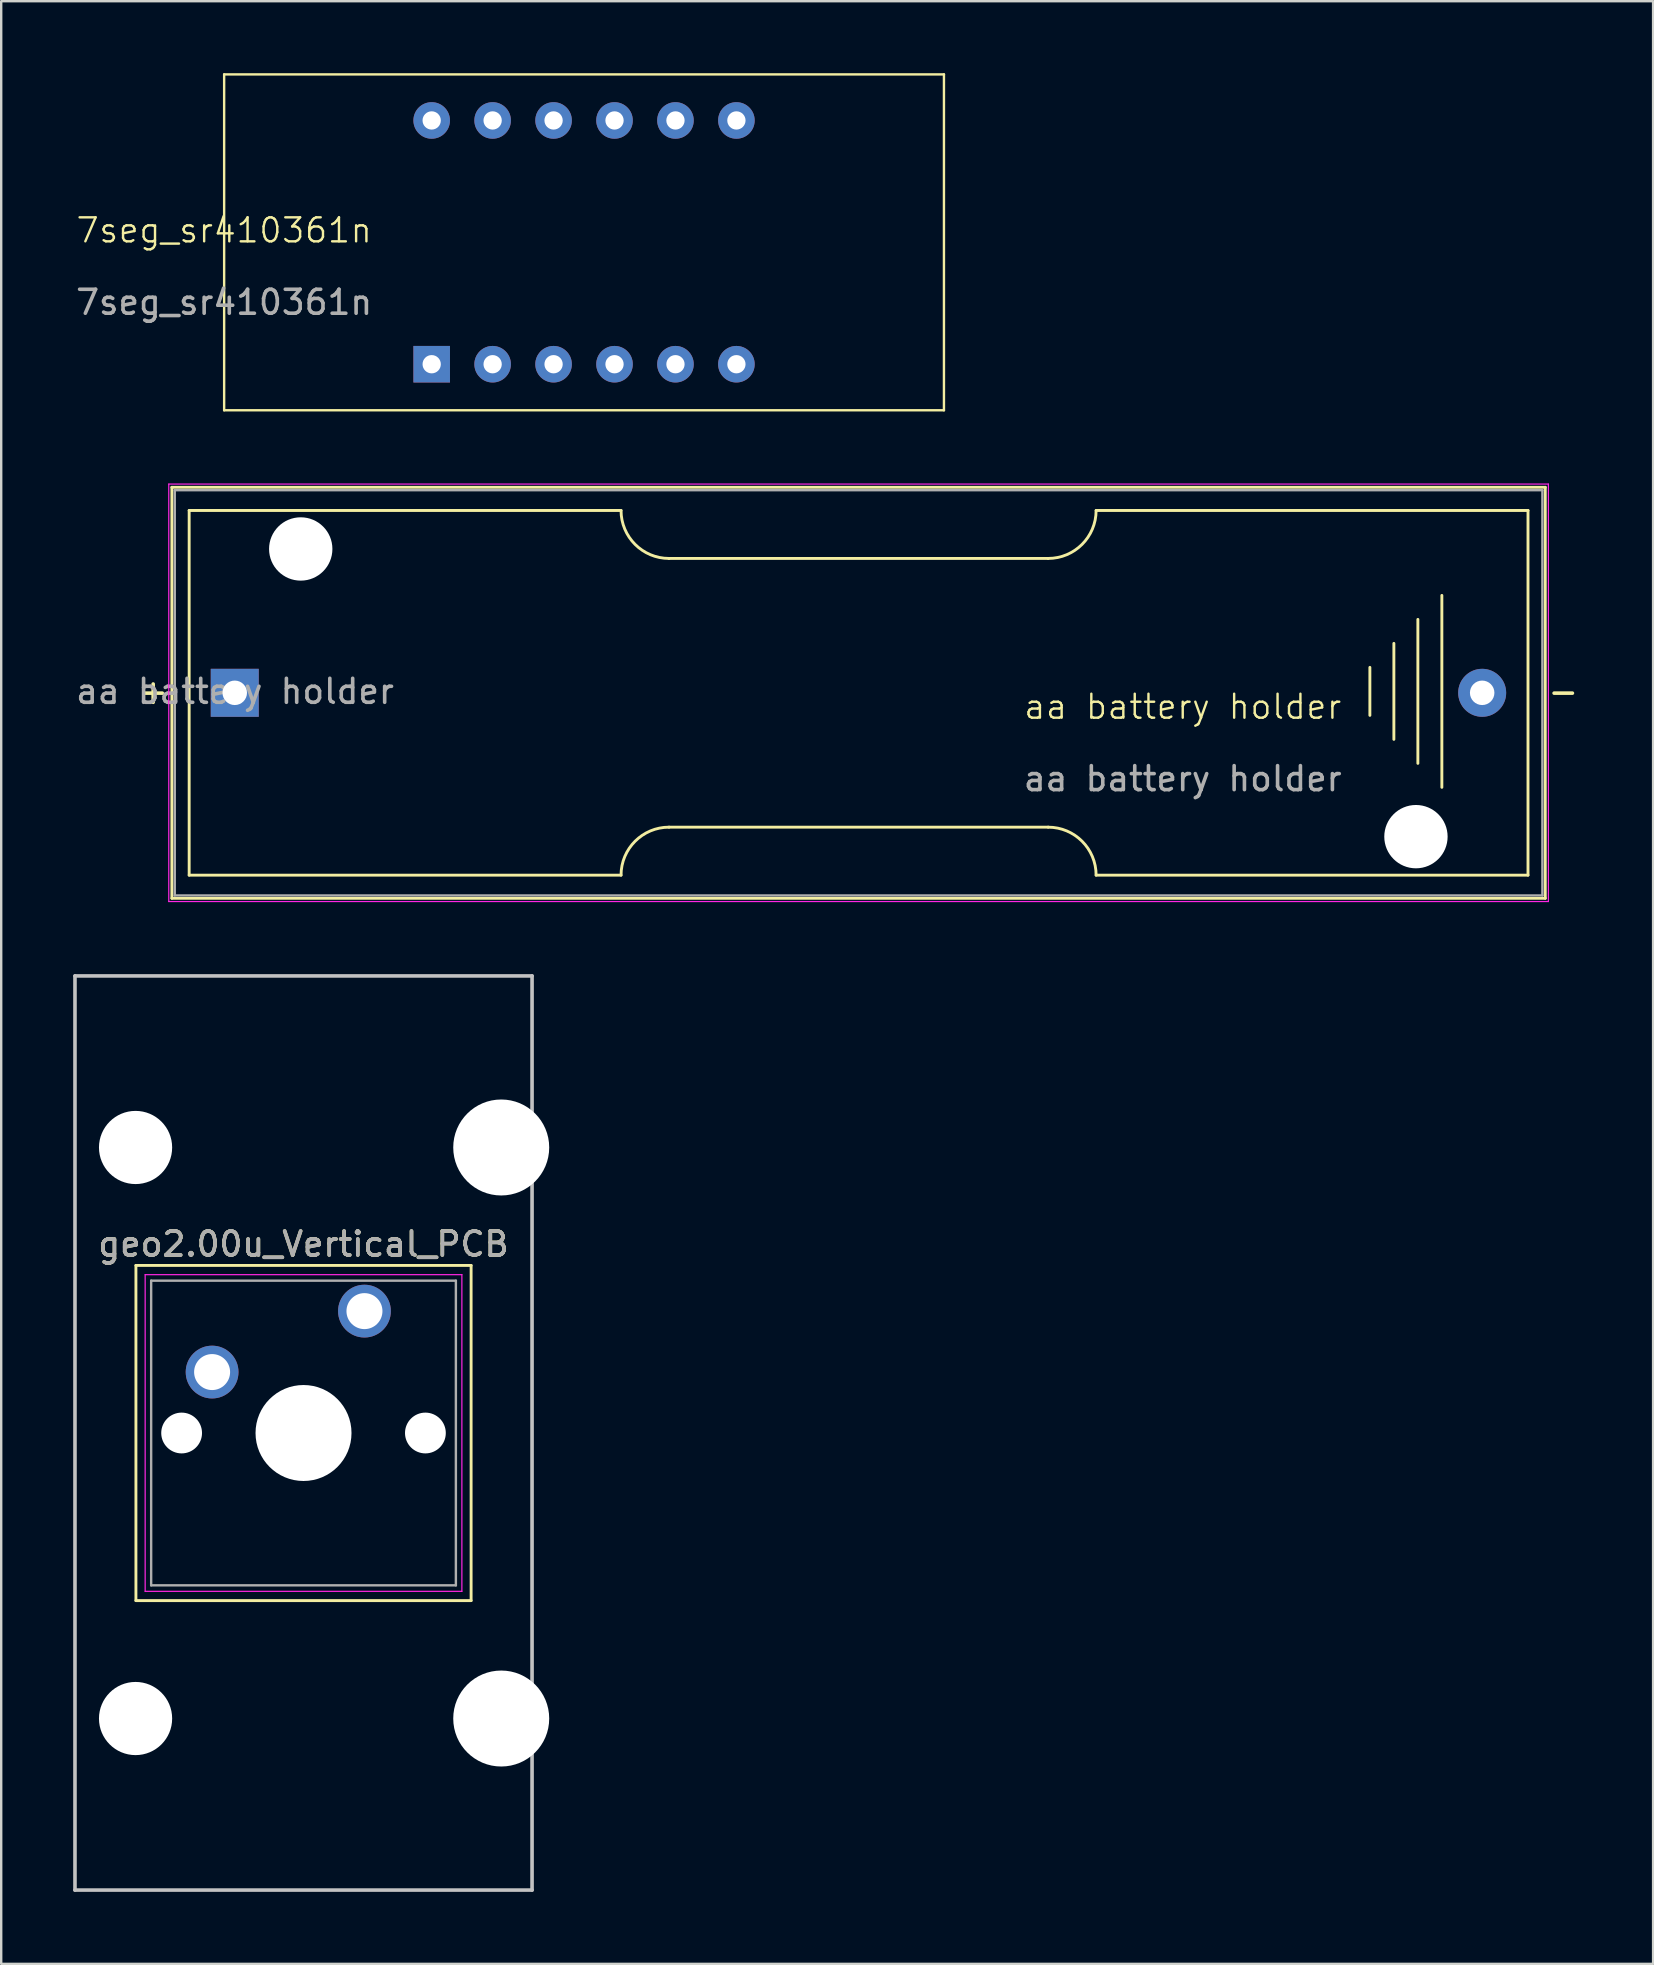
<source format=kicad_pcb>
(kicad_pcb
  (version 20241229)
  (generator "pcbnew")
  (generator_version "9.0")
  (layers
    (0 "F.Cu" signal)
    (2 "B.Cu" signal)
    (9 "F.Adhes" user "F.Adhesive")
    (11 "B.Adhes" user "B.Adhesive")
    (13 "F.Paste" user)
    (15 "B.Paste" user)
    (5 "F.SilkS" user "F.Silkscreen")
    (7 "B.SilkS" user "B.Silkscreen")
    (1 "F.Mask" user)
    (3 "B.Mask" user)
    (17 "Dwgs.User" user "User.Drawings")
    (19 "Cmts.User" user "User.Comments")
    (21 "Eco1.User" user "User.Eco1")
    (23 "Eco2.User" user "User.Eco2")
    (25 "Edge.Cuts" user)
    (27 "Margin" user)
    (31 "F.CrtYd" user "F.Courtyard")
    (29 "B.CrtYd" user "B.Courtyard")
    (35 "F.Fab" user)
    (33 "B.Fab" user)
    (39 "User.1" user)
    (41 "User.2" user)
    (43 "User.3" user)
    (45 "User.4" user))
  (footprint "aa battery holder"
    (layer "F.Cu")
    (at 46.244 26.905)
    (property "Reference" "aa battery holder" (at 0 -0.5 0) (unlocked yes) (layer "F.SilkS") (effects (font (size 1 1) (thickness 0.1))))
    (attr through_hole)
    (fp_line (start -42.13 -9.645) (end 15.11 -9.645) (stroke (width 0.12) (type solid)) (layer "F.SilkS"))
    (fp_line (start -42.13 7.485) (end -42.13 -9.645) (stroke (width 0.12) (type solid)) (layer "F.SilkS"))
    (fp_line (start -41.41 -8.68) (end -41.41 6.52) (stroke (width 0.12) (type solid)) (layer "F.SilkS"))
    (fp_line (start -41.41 -8.68) (end -23.41 -8.68) (stroke (width 0.12) (type solid)) (layer "F.SilkS"))
    (fp_line (start -41.41 6.52) (end -23.41 6.52) (stroke (width 0.12) (type solid)) (layer "F.SilkS"))
    (fp_line (start -21.41 -6.68) (end -5.61 -6.68) (stroke (width 0.12) (type solid)) (layer "F.SilkS"))
    (fp_line (start -5.61 4.52) (end -21.41 4.52) (stroke (width 0.12) (type solid)) (layer "F.SilkS"))
    (fp_line (start -3.61 -8.68) (end 14.39 -8.68) (stroke (width 0.12) (type solid)) (layer "F.SilkS"))
    (fp_line (start -3.61 6.52) (end 14.39 6.52) (stroke (width 0.12) (type solid)) (layer "F.SilkS"))
    (fp_line (start 7.8 -2.14) (end 7.8 -0.14) (stroke (width 0.12) (type solid)) (layer "F.SilkS"))
    (fp_line (start 8.8 -3.14) (end 8.8 0.86) (stroke (width 0.12) (type solid)) (layer "F.SilkS"))
    (fp_line (start 9.8 1.86) (end 9.8 -4.14) (stroke (width 0.12) (type solid)) (layer "F.SilkS"))
    (fp_line (start 10.8 -5.14) (end 10.8 2.86) (stroke (width 0.12) (type solid)) (layer "F.SilkS"))
    (fp_line (start 14.39 -8.68) (end 14.39 6.52) (stroke (width 0.12) (type solid)) (layer "F.SilkS"))
    (fp_line (start 15.11 -9.645) (end 15.11 7.485) (stroke (width 0.12) (type solid)) (layer "F.SilkS"))
    (fp_line (start 15.11 7.485) (end -42.13 7.485) (stroke (width 0.12) (type solid)) (layer "F.SilkS"))
    (fp_arc (start -23.41 6.52) (mid -22.824214 5.105786) (end -21.41 4.52) (stroke (width 0.12) (type solid)) (layer "F.SilkS"))
    (fp_arc (start -21.41 -6.68) (mid -22.824214 -7.265786) (end -23.41 -8.68) (stroke (width 0.12) (type solid)) (layer "F.SilkS"))
    (fp_arc (start -5.61 4.52) (mid -4.195786 5.105786) (end -3.61 6.52) (stroke (width 0.12) (type solid)) (layer "F.SilkS"))
    (fp_arc (start -3.61 -8.68) (mid -4.195786 -7.265786) (end -5.61 -6.68) (stroke (width 0.12) (type solid)) (layer "F.SilkS"))
    (fp_line (start -42.26 -9.78) (end 15.24 -9.78) (stroke (width 0.05) (type solid)) (layer "F.CrtYd"))
    (fp_line (start -42.26 7.62) (end -42.26 -9.78) (stroke (width 0.05) (type solid)) (layer "F.CrtYd"))
    (fp_line (start 15.24 -9.78) (end 15.24 7.62) (stroke (width 0.05) (type solid)) (layer "F.CrtYd"))
    (fp_line (start 15.24 7.62) (end -42.26 7.62) (stroke (width 0.05) (type solid)) (layer "F.CrtYd"))
    (fp_line (start -42.01 -9.525) (end -42.01 7.365) (stroke (width 0.1) (type solid)) (layer "F.Fab"))
    (fp_line (start -42.01 7.365) (end 14.99 7.365) (stroke (width 0.1) (type solid)) (layer "F.Fab"))
    (fp_line (start 14.99 -9.525) (end -42.01 -9.525) (stroke (width 0.1) (type solid)) (layer "F.Fab"))
    (fp_line (start 14.99 7.365) (end 14.99 -9.525) (stroke (width 0.1) (type solid)) (layer "F.Fab"))
    (fp_text user "-" (at 15.86 -1.14 0) (layer "F.SilkS") (effects (font (size 1 1) (thickness 0.15))))
    (fp_text user "+" (at -42.91 -1.14 0) (layer "F.SilkS") (effects (font (size 1 1) (thickness 0.15))))
    (fp_text user "${REFERENCE}" (at 0 2.5 0) (unlocked yes) (layer "F.Fab") (effects (font (size 1 1) (thickness 0.15))))
    (fp_text user "${REFERENCE}" (at -39.5 -1.14 0) (layer "F.Fab") (effects (font (size 1 1) (thickness 0.15))))
    (pad "" np_thru_hole circle (at -36.76 -7.075 90) (size 2.64 2.64) (drill 2.64) (layers "*.Cu" "*.Mask"))
    (pad "" np_thru_hole circle (at 9.72 4.915) (size 2.64 2.64) (drill 2.64) (layers "*.Cu" "*.Mask"))
    (pad "1" thru_hole rect (at -39.51 -1.08 180) (size 2 2) (drill 1.02) (layers "*.Cu" "*.Mask"))
    (pad "2" thru_hole circle (at 12.48 -1.08 180) (size 2 2) (drill 1.02) (layers "*.Cu" "*.Mask")))
  (footprint "geo2.00u_Vertical_PCB"
    (layer "F.Cu")
    (at 12.14 51.595)
    (property "Reference" "geo2.00u_Vertical_PCB" (at -2.54 -2.794 0) (layer "F.SilkS") (effects (font (size 1 1) (thickness 0.15))))
    (attr through_hole)
    (fp_line (start -9.525 -1.905) (end 4.445 -1.905) (stroke (width 0.12) (type solid)) (layer "F.SilkS"))
    (fp_line (start -9.525 12.065) (end -9.525 -1.905) (stroke (width 0.12) (type solid)) (layer "F.SilkS"))
    (fp_line (start 4.445 -1.905) (end 4.445 12.065) (stroke (width 0.12) (type solid)) (layer "F.SilkS"))
    (fp_line (start 4.445 12.065) (end -9.525 12.065) (stroke (width 0.12) (type solid)) (layer "F.SilkS"))
    (fp_line (start -12.065 -13.97) (end 6.985 -13.97) (stroke (width 0.15) (type solid)) (layer "Dwgs.User"))
    (fp_line (start -12.065 24.13) (end -12.065 -13.97) (stroke (width 0.15) (type solid)) (layer "Dwgs.User"))
    (fp_line (start 6.985 -13.97) (end 6.985 24.13) (stroke (width 0.15) (type solid)) (layer "Dwgs.User"))
    (fp_line (start 6.985 24.13) (end -12.065 24.13) (stroke (width 0.15) (type solid)) (layer "Dwgs.User"))
    (fp_line (start -9.14 -1.52) (end 4.06 -1.52) (stroke (width 0.05) (type solid)) (layer "F.CrtYd"))
    (fp_line (start -9.14 11.68) (end -9.14 -1.52) (stroke (width 0.05) (type solid)) (layer "F.CrtYd"))
    (fp_line (start 4.06 -1.52) (end 4.06 11.68) (stroke (width 0.05) (type solid)) (layer "F.CrtYd"))
    (fp_line (start 4.06 11.68) (end -9.14 11.68) (stroke (width 0.05) (type solid)) (layer "F.CrtYd"))
    (fp_line (start -8.89 -1.27) (end 3.81 -1.27) (stroke (width 0.1) (type solid)) (layer "F.Fab"))
    (fp_line (start -8.89 11.43) (end -8.89 -1.27) (stroke (width 0.1) (type solid)) (layer "F.Fab"))
    (fp_line (start 3.81 -1.27) (end 3.81 11.43) (stroke (width 0.1) (type solid)) (layer "F.Fab"))
    (fp_line (start 3.81 11.43) (end -8.89 11.43) (stroke (width 0.1) (type solid)) (layer "F.Fab"))
    (fp_text user "${REFERENCE}" (at -2.54 -2.794 0) (layer "F.Fab") (effects (font (size 1 1) (thickness 0.15))))
    (pad "" np_thru_hole circle (at -9.54 -6.82) (size 3.05 3.05) (drill 3.05) (layers "*.Cu" "*.Mask"))
    (pad "" np_thru_hole circle (at -9.54 16.98) (size 3.05 3.05) (drill 3.05) (layers "*.Cu" "*.Mask"))
    (pad "" np_thru_hole circle (at -7.62 5.08) (size 1.7 1.7) (drill 1.7) (layers "*.Cu" "*.Mask"))
    (pad "" np_thru_hole circle (at -2.54 5.08) (size 4 4) (drill 4) (layers "*.Cu" "*.Mask"))
    (pad "" np_thru_hole circle (at 2.54 5.08) (size 1.7 1.7) (drill 1.7) (layers "*.Cu" "*.Mask"))
    (pad "" np_thru_hole circle (at 5.7 -6.82) (size 4 4) (drill 4) (layers "*.Cu" "*.Mask"))
    (pad "" np_thru_hole circle (at 5.7 16.98) (size 4 4) (drill 4) (layers "*.Cu" "*.Mask"))
    (pad "1" thru_hole circle (at 0 0) (size 2.2 2.2) (drill 1.5) (layers "*.Cu" "*.Mask"))
    (pad "2" thru_hole circle (at -6.35 2.54) (size 2.2 2.2) (drill 1.5) (layers "*.Cu" "*.Mask")))
  (footprint "7seg_sr410361n"
    (layer "F.Cu")
    (at 6.292 7.05)
    (property "Reference" "7seg_sr410361n" (at 0 -0.5 0) (unlocked yes) (layer "F.SilkS") (effects (font (size 1 1) (thickness 0.1))))
    (attr through_hole)
    (fp_line (start 0 -7) (end 30 -7) (stroke (width 0.1) (type default)) (layer "F.SilkS"))
    (fp_line (start 0 7) (end 0 -7) (stroke (width 0.1) (type default)) (layer "F.SilkS"))
    (fp_line (start 30 -7) (end 30 7) (stroke (width 0.1) (type default)) (layer "F.SilkS"))
    (fp_line (start 30 7) (end 0 7) (stroke (width 0.1) (type default)) (layer "F.SilkS"))
    (fp_text user "${REFERENCE}" (at 0 2.5 0) (unlocked yes) (layer "F.Fab") (effects (font (size 1 1) (thickness 0.15))))
    (pad "1" thru_hole rect (at 8.65 5.08) (size 1.524 1.524) (drill 0.762) (layers "*.Cu" "*.Mask"))
    (pad "2" thru_hole circle (at 11.19 5.08) (size 1.524 1.524) (drill 0.762) (layers "*.Cu" "*.Mask"))
    (pad "3" thru_hole circle (at 13.73 5.08) (size 1.524 1.524) (drill 0.762) (layers "*.Cu" "*.Mask"))
    (pad "4" thru_hole circle (at 16.27 5.08) (size 1.524 1.524) (drill 0.762) (layers "*.Cu" "*.Mask"))
    (pad "5" thru_hole circle (at 18.81 5.08) (size 1.524 1.524) (drill 0.762) (layers "*.Cu" "*.Mask"))
    (pad "6" thru_hole circle (at 21.35 5.08) (size 1.524 1.524) (drill 0.762) (layers "*.Cu" "*.Mask"))
    (pad "7" thru_hole circle (at 21.35 -5.08) (size 1.524 1.524) (drill 0.762) (layers "*.Cu" "*.Mask"))
    (pad "8" thru_hole circle (at 18.81 -5.08) (size 1.524 1.524) (drill 0.762) (layers "*.Cu" "*.Mask"))
    (pad "9" thru_hole circle (at 16.27 -5.08) (size 1.524 1.524) (drill 0.762) (layers "*.Cu" "*.Mask"))
    (pad "10" thru_hole circle (at 13.73 -5.08) (size 1.524 1.524) (drill 0.762) (layers "*.Cu" "*.Mask"))
    (pad "11" thru_hole circle (at 11.19 -5.08) (size 1.524 1.524) (drill 0.762) (layers "*.Cu" "*.Mask"))
    (pad "12" thru_hole circle (at 8.65 -5.08) (size 1.524 1.524) (drill 0.762) (layers "*.Cu" "*.Mask")))
  (gr_rect
    (start -3 -3)
    (end 65.848 78.8)
    (stroke (width 0.1) (type default))
    (fill no)
    (layer "Edge.Cuts")))
</source>
